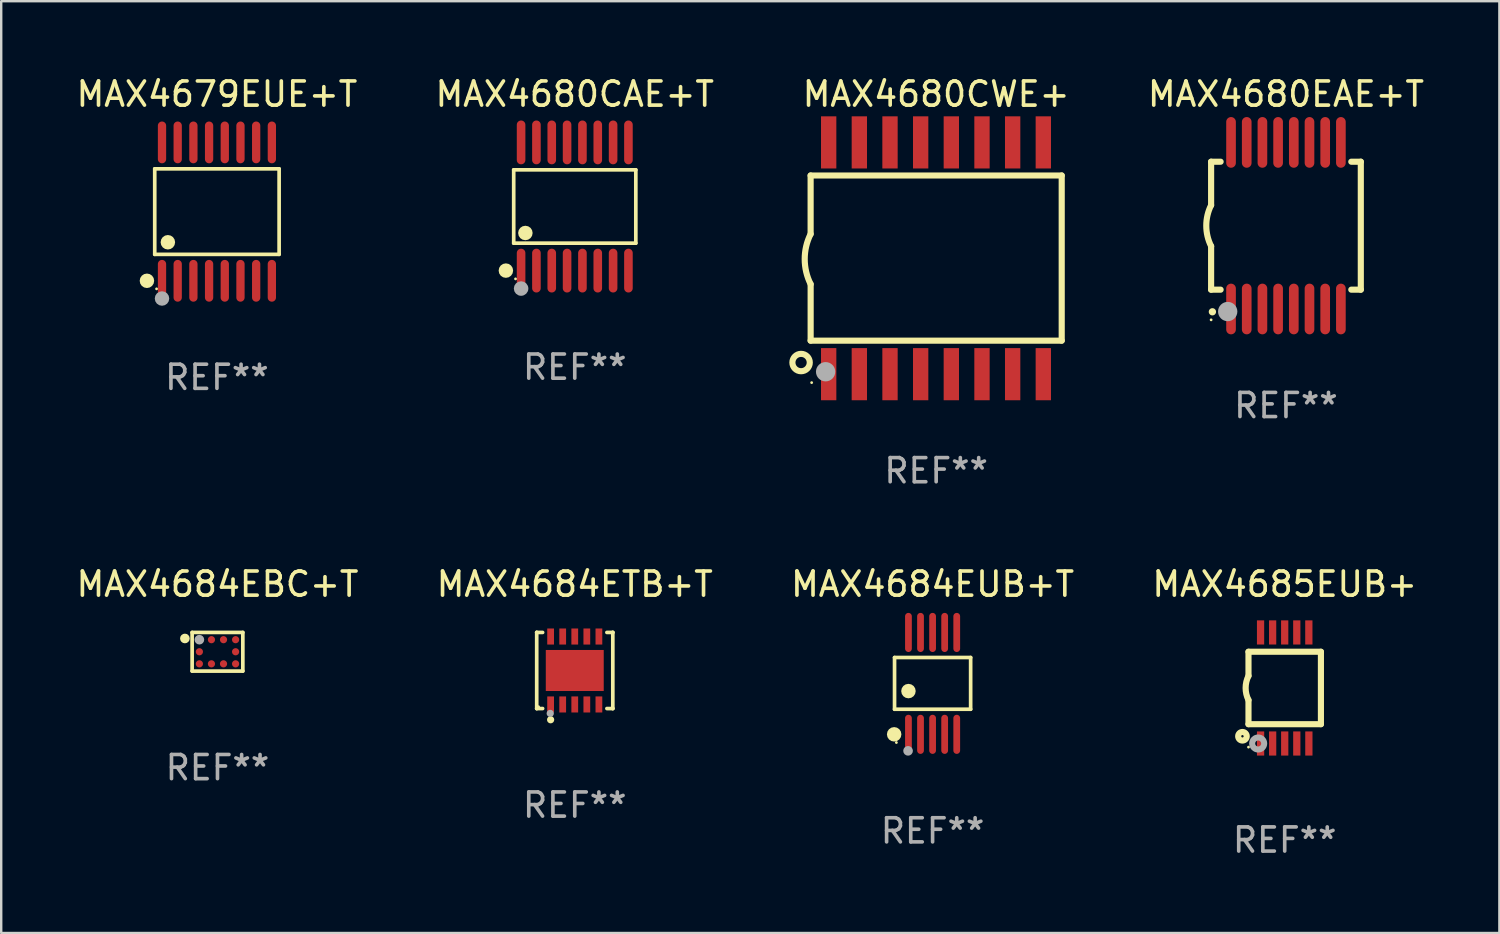
<source format=kicad_pcb>
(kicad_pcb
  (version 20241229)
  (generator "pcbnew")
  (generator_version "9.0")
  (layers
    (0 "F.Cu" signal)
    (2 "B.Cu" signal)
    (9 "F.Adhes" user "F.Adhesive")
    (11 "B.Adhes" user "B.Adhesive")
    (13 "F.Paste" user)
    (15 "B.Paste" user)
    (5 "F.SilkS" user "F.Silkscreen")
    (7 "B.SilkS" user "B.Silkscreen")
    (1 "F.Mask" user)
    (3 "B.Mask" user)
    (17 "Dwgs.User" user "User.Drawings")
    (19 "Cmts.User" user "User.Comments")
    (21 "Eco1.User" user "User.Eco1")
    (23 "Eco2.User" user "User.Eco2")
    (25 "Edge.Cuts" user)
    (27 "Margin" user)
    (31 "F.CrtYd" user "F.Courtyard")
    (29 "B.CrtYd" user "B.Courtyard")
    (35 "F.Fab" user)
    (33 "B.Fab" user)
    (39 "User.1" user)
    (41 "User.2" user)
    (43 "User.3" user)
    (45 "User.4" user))
  (footprint "MAX4679EUE+T"
    (layer "F.Cu")
    (at 5.935 5.714)
    (property "Reference" "MAX4679EUE+T" (at 0 -4.866 0) (layer "F.SilkS") (effects (font (size 1 1) (thickness 0.15))))
    (attr through_hole)
    (fp_line (start -2.576 -1.772) (end 2.576 -1.772) (stroke (width 0.152) (type solid)) (layer "F.SilkS"))
    (fp_line (start -2.576 1.771) (end -2.576 -1.772) (stroke (width 0.152) (type solid)) (layer "F.SilkS"))
    (fp_line (start 2.576 -1.772) (end 2.576 1.771) (stroke (width 0.152) (type solid)) (layer "F.SilkS"))
    (fp_line (start 2.576 1.771) (end -2.576 1.771) (stroke (width 0.152) (type solid)) (layer "F.SilkS"))
    (fp_circle (center -2.899 2.866) (end -2.749 2.866) (stroke (width 0.3) (type solid)) (fill no) (layer "F.SilkS"))
    (fp_circle (center -2.5 3.2) (end -2.47 3.2) (stroke (width 0.06) (type solid)) (fill no) (layer "F.SilkS"))
    (fp_circle (center -2.032 1.27) (end -1.882 1.27) (stroke (width 0.3) (type solid)) (fill no) (layer "F.SilkS"))
    (fp_circle (center -2.275 3.6) (end -2.125 3.6) (stroke (width 0.3) (type solid)) (fill no) (layer "F.Fab"))
    (fp_text user "REF**" (at 0 6.866 0) (layer "F.Fab") (effects (font (size 1 1) (thickness 0.15))))
    (pad "1" smd oval (at -2.275 2.866) (size 0.343 1.731) (layers "F.Cu" "F.Mask" "F.Paste"))
    (pad "2" smd oval (at -1.625 2.866) (size 0.343 1.731) (layers "F.Cu" "F.Mask" "F.Paste"))
    (pad "3" smd oval (at -0.975 2.866) (size 0.343 1.731) (layers "F.Cu" "F.Mask" "F.Paste"))
    (pad "4" smd oval (at -0.325 2.866) (size 0.343 1.731) (layers "F.Cu" "F.Mask" "F.Paste"))
    (pad "5" smd oval (at 0.325 2.866) (size 0.343 1.731) (layers "F.Cu" "F.Mask" "F.Paste"))
    (pad "6" smd oval (at 0.975 2.866) (size 0.343 1.731) (layers "F.Cu" "F.Mask" "F.Paste"))
    (pad "7" smd oval (at 1.625 2.866) (size 0.343 1.731) (layers "F.Cu" "F.Mask" "F.Paste"))
    (pad "8" smd oval (at 2.275 2.866) (size 0.343 1.731) (layers "F.Cu" "F.Mask" "F.Paste"))
    (pad "9" smd oval (at 2.275 -2.866) (size 0.343 1.731) (layers "F.Cu" "F.Mask" "F.Paste"))
    (pad "10" smd oval (at 1.625 -2.866) (size 0.343 1.731) (layers "F.Cu" "F.Mask" "F.Paste"))
    (pad "11" smd oval (at 0.975 -2.866) (size 0.343 1.731) (layers "F.Cu" "F.Mask" "F.Paste"))
    (pad "12" smd oval (at 0.325 -2.866) (size 0.343 1.731) (layers "F.Cu" "F.Mask" "F.Paste"))
    (pad "13" smd oval (at -0.325 -2.866) (size 0.343 1.731) (layers "F.Cu" "F.Mask" "F.Paste"))
    (pad "14" smd oval (at -0.975 -2.866) (size 0.343 1.731) (layers "F.Cu" "F.Mask" "F.Paste"))
    (pad "15" smd oval (at -1.625 -2.866) (size 0.343 1.731) (layers "F.Cu" "F.Mask" "F.Paste"))
    (pad "16" smd oval (at -2.275 -2.866) (size 0.343 1.731) (layers "F.Cu" "F.Mask" "F.Paste")))
  (footprint "MAX4680EAE+T"
    (layer "F.Cu")
    (at 50.213 6.298)
    (property "Reference" "MAX4680EAE+T" (at 0 -5.45 0) (layer "F.SilkS") (effects (font (size 1 1) (thickness 0.15))))
    (attr through_hole)
    (fp_line (start -3.1 -2.65) (end -3.1 -0.85) (stroke (width 0.254) (type solid)) (layer "F.SilkS"))
    (fp_line (start -3.1 -2.65) (end -2.706 -2.65) (stroke (width 0.254) (type solid)) (layer "F.SilkS"))
    (fp_line (start -3.1 2.65) (end -3.1 0.85) (stroke (width 0.254) (type solid)) (layer "F.SilkS"))
    (fp_line (start -3.1 2.65) (end -2.706 2.65) (stroke (width 0.254) (type solid)) (layer "F.SilkS"))
    (fp_line (start 2.706 -2.65) (end 3.1 -2.65) (stroke (width 0.254) (type solid)) (layer "F.SilkS"))
    (fp_line (start 2.706 2.65) (end 3.1 2.65) (stroke (width 0.254) (type solid)) (layer "F.SilkS"))
    (fp_line (start 3.1 -2.65) (end 3.1 2.65) (stroke (width 0.254) (type solid)) (layer "F.SilkS"))
    (fp_arc (start -3.098907 0.850902) (mid -3.300057 0.000523) (end -3.1 -0.850114) (stroke (width 0.254001) (type solid)) (layer "F.SilkS"))
    (fp_arc (start -3.048006 3.566066) (mid -3.046736 3.566061) (end -3.045466 3.566066) (stroke (width 0.3) (type solid)) (layer "F.SilkS"))
    (fp_circle (center -3.1 3.9) (end -3.07 3.9) (stroke (width 0.06) (type solid)) (fill no) (layer "F.SilkS"))
    (fp_circle (center -2.413 3.556) (end -2.213 3.556) (stroke (width 0.4) (type solid)) (fill no) (layer "F.Fab"))
    (fp_text user "REF**" (at 0 7.45 0) (layer "F.Fab") (effects (font (size 1 1) (thickness 0.15))))
    (pad "1" smd oval (at -2.275 3.45 180) (size 0.4 2.1) (layers "F.Cu" "F.Mask" "F.Paste"))
    (pad "2" smd oval (at -1.625 3.45 180) (size 0.4 2.1) (layers "F.Cu" "F.Mask" "F.Paste"))
    (pad "3" smd oval (at -0.975 3.45 180) (size 0.4 2.1) (layers "F.Cu" "F.Mask" "F.Paste"))
    (pad "4" smd oval (at -0.325 3.45 180) (size 0.4 2.1) (layers "F.Cu" "F.Mask" "F.Paste"))
    (pad "5" smd oval (at 0.325 3.45 180) (size 0.4 2.1) (layers "F.Cu" "F.Mask" "F.Paste"))
    (pad "6" smd oval (at 0.975 3.45 180) (size 0.4 2.1) (layers "F.Cu" "F.Mask" "F.Paste"))
    (pad "7" smd oval (at 1.625 3.45 180) (size 0.4 2.1) (layers "F.Cu" "F.Mask" "F.Paste"))
    (pad "8" smd oval (at 2.275 3.45 180) (size 0.4 2.1) (layers "F.Cu" "F.Mask" "F.Paste"))
    (pad "9" smd oval (at 2.275 -3.45 180) (size 0.4 2.1) (layers "F.Cu" "F.Mask" "F.Paste"))
    (pad "10" smd oval (at 1.625 -3.45 180) (size 0.4 2.1) (layers "F.Cu" "F.Mask" "F.Paste"))
    (pad "11" smd oval (at 0.975 -3.45 180) (size 0.4 2.1) (layers "F.Cu" "F.Mask" "F.Paste"))
    (pad "12" smd oval (at 0.325 -3.45 180) (size 0.4 2.1) (layers "F.Cu" "F.Mask" "F.Paste"))
    (pad "13" smd oval (at -0.325 -3.45 180) (size 0.4 2.1) (layers "F.Cu" "F.Mask" "F.Paste"))
    (pad "14" smd oval (at -0.975 -3.45 180) (size 0.4 2.1) (layers "F.Cu" "F.Mask" "F.Paste"))
    (pad "15" smd oval (at -1.625 -3.45 180) (size 0.4 2.1) (layers "F.Cu" "F.Mask" "F.Paste"))
    (pad "16" smd oval (at -2.275 -3.45 180) (size 0.4 2.1) (layers "F.Cu" "F.Mask" "F.Paste")))
  (footprint "MAX4684ETB+T"
    (layer "F.Cu")
    (at 20.756 24.721)
    (property "Reference" "MAX4684ETB+T" (at 0 -3.576 0) (layer "F.SilkS") (effects (font (size 1 1) (thickness 0.15))))
    (attr through_hole)
    (fp_line (start -1.576 -1.576) (end -1.576 -1.576) (stroke (width 0.152) (type solid)) (layer "F.SilkS"))
    (fp_line (start -1.576 -1.576) (end -1.331 -1.576) (stroke (width 0.152) (type solid)) (layer "F.SilkS"))
    (fp_line (start -1.576 1.576) (end -1.576 -1.576) (stroke (width 0.152) (type solid)) (layer "F.SilkS"))
    (fp_line (start -1.576 1.576) (end -1.576 1.576) (stroke (width 0.152) (type solid)) (layer "F.SilkS"))
    (fp_line (start -1.331 1.576) (end -1.576 1.576) (stroke (width 0.152) (type solid)) (layer "F.SilkS"))
    (fp_line (start 1.331 1.576) (end 1.576 1.576) (stroke (width 0.152) (type solid)) (layer "F.SilkS"))
    (fp_line (start 1.576 -1.576) (end 1.331 -1.576) (stroke (width 0.152) (type solid)) (layer "F.SilkS"))
    (fp_line (start 1.576 -1.576) (end 1.576 -1.576) (stroke (width 0.152) (type solid)) (layer "F.SilkS"))
    (fp_line (start 1.576 1.576) (end 1.576 -1.576) (stroke (width 0.152) (type solid)) (layer "F.SilkS"))
    (fp_line (start 1.576 1.576) (end 1.576 1.576) (stroke (width 0.152) (type solid)) (layer "F.SilkS"))
    (fp_circle (center -1.5 1.5) (end -1.47 1.5) (stroke (width 0.06) (type solid)) (fill no) (layer "F.SilkS"))
    (fp_circle (center -1 2.04) (end -0.925 2.04) (stroke (width 0.15) (type solid)) (fill no) (layer "F.SilkS"))
    (fp_circle (center -1.016 1.778) (end -0.941 1.778) (stroke (width 0.15) (type solid)) (fill no) (layer "F.Fab"))
    (fp_text user "REF**" (at 0 5.576 0) (layer "F.Fab") (effects (font (size 1 1) (thickness 0.15))))
    (pad "1" smd rect (at -1 1.407) (size 0.28 0.665) (layers "F.Cu" "F.Mask" "F.Paste"))
    (pad "2" smd rect (at -0.5 1.407) (size 0.28 0.665) (layers "F.Cu" "F.Mask" "F.Paste"))
    (pad "3" smd rect (at 0 1.407) (size 0.28 0.665) (layers "F.Cu" "F.Mask" "F.Paste"))
    (pad "4" smd rect (at 0.5 1.407) (size 0.28 0.665) (layers "F.Cu" "F.Mask" "F.Paste"))
    (pad "5" smd rect (at 1 1.407) (size 0.28 0.665) (layers "F.Cu" "F.Mask" "F.Paste"))
    (pad "6" smd rect (at 1 -1.407) (size 0.28 0.665) (layers "F.Cu" "F.Mask" "F.Paste"))
    (pad "7" smd rect (at 0.5 -1.407) (size 0.28 0.665) (layers "F.Cu" "F.Mask" "F.Paste"))
    (pad "8" smd rect (at 0 -1.407) (size 0.28 0.665) (layers "F.Cu" "F.Mask" "F.Paste"))
    (pad "9" smd rect (at -0.5 -1.407) (size 0.28 0.665) (layers "F.Cu" "F.Mask" "F.Paste"))
    (pad "10" smd rect (at -1 -1.407) (size 0.28 0.665) (layers "F.Cu" "F.Mask" "F.Paste"))
    (pad "11" smd rect (at 0 0) (size 2.4 1.7) (layers "F.Cu" "F.Mask" "F.Paste")))
  (footprint "MAX4684EUB+T"
    (layer "F.Cu")
    (at 35.577 25.255)
    (property "Reference" "MAX4684EUB+T" (at 0 -4.11 0) (layer "F.SilkS") (effects (font (size 1 1) (thickness 0.15))))
    (attr through_hole)
    (fp_line (start -1.576 -1.071) (end 1.576 -1.071) (stroke (width 0.152) (type solid)) (layer "F.SilkS"))
    (fp_line (start -1.576 1.071) (end -1.576 -1.071) (stroke (width 0.152) (type solid)) (layer "F.SilkS"))
    (fp_line (start 1.576 -1.071) (end 1.576 1.071) (stroke (width 0.152) (type solid)) (layer "F.SilkS"))
    (fp_line (start 1.576 1.071) (end -1.576 1.071) (stroke (width 0.152) (type solid)) (layer "F.SilkS"))
    (fp_circle (center -1.592 2.11) (end -1.442 2.11) (stroke (width 0.3) (type solid)) (fill no) (layer "F.SilkS"))
    (fp_circle (center -1.5 2.45) (end -1.47 2.45) (stroke (width 0.06) (type solid)) (fill no) (layer "F.SilkS"))
    (fp_circle (center -1 0.319) (end -0.85 0.319) (stroke (width 0.3) (type solid)) (fill no) (layer "F.SilkS"))
    (fp_circle (center -1.016 2.794) (end -0.916 2.794) (stroke (width 0.2) (type solid)) (fill no) (layer "F.Fab"))
    (fp_text user "REF**" (at 0 6.11 0) (layer "F.Fab") (effects (font (size 1 1) (thickness 0.15))))
    (pad "1" smd oval (at -1 2.11) (size 0.28 1.62) (layers "F.Cu" "F.Mask" "F.Paste"))
    (pad "2" smd oval (at -0.5 2.11) (size 0.28 1.62) (layers "F.Cu" "F.Mask" "F.Paste"))
    (pad "3" smd oval (at 0 2.11) (size 0.28 1.62) (layers "F.Cu" "F.Mask" "F.Paste"))
    (pad "4" smd oval (at 0.5 2.11) (size 0.28 1.62) (layers "F.Cu" "F.Mask" "F.Paste"))
    (pad "5" smd oval (at 1 2.11) (size 0.28 1.62) (layers "F.Cu" "F.Mask" "F.Paste"))
    (pad "6" smd oval (at 1 -2.11) (size 0.28 1.62) (layers "F.Cu" "F.Mask" "F.Paste"))
    (pad "7" smd oval (at 0.5 -2.11) (size 0.28 1.62) (layers "F.Cu" "F.Mask" "F.Paste"))
    (pad "8" smd oval (at 0 -2.11) (size 0.28 1.62) (layers "F.Cu" "F.Mask" "F.Paste"))
    (pad "9" smd oval (at -0.5 -2.11) (size 0.28 1.62) (layers "F.Cu" "F.Mask" "F.Paste"))
    (pad "10" smd oval (at -1 -2.11) (size 0.28 1.62) (layers "F.Cu" "F.Mask" "F.Paste")))
  (footprint "MAX4685EUB+"
    (layer "F.Cu")
    (at 50.161 25.445)
    (property "Reference" "MAX4685EUB+" (at 0 -4.3 0) (layer "F.SilkS") (effects (font (size 1 1) (thickness 0.15))))
    (attr through_hole)
    (fp_line (start -1.5 -1.5) (end -1.5 -0.5) (stroke (width 0.254) (type solid)) (layer "F.SilkS"))
    (fp_line (start -1.5 1.5) (end -1.5 0.5) (stroke (width 0.254) (type solid)) (layer "F.SilkS"))
    (fp_line (start -1.5 1.5) (end 1.5 1.5) (stroke (width 0.254) (type solid)) (layer "F.SilkS"))
    (fp_line (start 1.5 1.5) (end 1.5 -1.5) (stroke (width 0.254) (type solid)) (layer "F.SilkS"))
    (fp_line (start 1.5 -1.5) (end -1.5 -1.5) (stroke (width 0.254) (type solid)) (layer "F.SilkS"))
    (fp_arc (start -1.500165 0.5) (mid -1.618199 0) (end -1.500165 -0.5) (stroke (width 0.254001) (type solid)) (layer "F.SilkS"))
    (fp_circle (center -1.75 2) (end -1.573 2) (stroke (width 0.254) (type solid)) (fill no) (layer "F.SilkS"))
    (fp_circle (center -1.499 2.45) (end -1.469 2.45) (stroke (width 0.06) (type solid)) (fill no) (layer "F.SilkS"))
    (fp_circle (center -1.099 2.3) (end -0.975 2.3) (stroke (width 0.25) (type solid)) (fill no) (layer "F.Fab"))
    (fp_text user "REF**" (at 0 6.3 0) (layer "F.Fab") (effects (font (size 1 1) (thickness 0.15))))
    (pad "1" smd rect (at -0.999 2.3 180) (size 0.3 1) (layers "F.Cu" "F.Mask" "F.Paste"))
    (pad "2" smd rect (at -0.499 2.3 180) (size 0.3 1) (layers "F.Cu" "F.Mask" "F.Paste"))
    (pad "3" smd rect (at 0.001 2.3 180) (size 0.3 1) (layers "F.Cu" "F.Mask" "F.Paste"))
    (pad "4" smd rect (at 0.501 2.3 180) (size 0.3 1) (layers "F.Cu" "F.Mask" "F.Paste"))
    (pad "5" smd rect (at 1.001 2.3 180) (size 0.3 1) (layers "F.Cu" "F.Mask" "F.Paste"))
    (pad "6" smd rect (at 1 -2.3 180) (size 0.3 1) (layers "F.Cu" "F.Mask" "F.Paste"))
    (pad "7" smd rect (at 0.5 -2.3 180) (size 0.3 1) (layers "F.Cu" "F.Mask" "F.Paste"))
    (pad "8" smd rect (at -0.000165 -2.3 180) (size 0.3 1) (layers "F.Cu" "F.Mask" "F.Paste"))
    (pad "9" smd rect (at -0.5 -2.3 180) (size 0.3 1) (layers "F.Cu" "F.Mask" "F.Paste"))
    (pad "10" smd rect (at -1 -2.3 180) (size 0.3 1) (layers "F.Cu" "F.Mask" "F.Paste")))
  (footprint "MAX4680CWE+"
    (layer "F.Cu")
    (at 35.725 7.648)
    (property "Reference" "MAX4680CWE+" (at 0 -6.8 0) (layer "F.SilkS") (effects (font (size 1 1) (thickness 0.15))))
    (attr through_hole)
    (fp_line (start -5.2 -3.429) (end -5.2 -1.005) (stroke (width 0.254) (type solid)) (layer "F.SilkS"))
    (fp_line (start -5.2 -3.429) (end 5.2 -3.429) (stroke (width 0.254) (type solid)) (layer "F.SilkS"))
    (fp_line (start -5.2 3.411) (end 5.2 3.411) (stroke (width 0.254) (type solid)) (layer "F.SilkS"))
    (fp_line (start -5.199 1.071) (end -5.199 3.411) (stroke (width 0.254) (type solid)) (layer "F.SilkS"))
    (fp_line (start 5.2 -3.429) (end 5.2 3.411) (stroke (width 0.254) (type solid)) (layer "F.SilkS"))
    (fp_arc (start -5.199391 1.07079) (mid -5.444637 0.032863) (end -5.2 -1.005207) (stroke (width 0.254001) (type solid)) (layer "F.SilkS"))
    (fp_circle (center -5.595 4.318) (end -5.235 4.318) (stroke (width 0.254) (type solid)) (fill no) (layer "F.SilkS"))
    (fp_circle (center -5.157 5.15) (end -5.127 5.15) (stroke (width 0.06) (type solid)) (fill no) (layer "F.SilkS"))
    (fp_circle (center -4.579 4.699) (end -4.379 4.699) (stroke (width 0.4) (type solid)) (fill no) (layer "F.Fab"))
    (fp_text user "REF**" (at 0 8.8 0) (layer "F.Fab") (effects (font (size 1 1) (thickness 0.15))))
    (pad "1" smd rect (at -4.452 4.8) (size 0.635 2.16) (layers "F.Cu" "F.Mask" "F.Paste"))
    (pad "2" smd rect (at -3.182 4.8) (size 0.635 2.16) (layers "F.Cu" "F.Mask" "F.Paste"))
    (pad "3" smd rect (at -1.912 4.8) (size 0.635 2.16) (layers "F.Cu" "F.Mask" "F.Paste"))
    (pad "4" smd rect (at -0.642 4.8) (size 0.635 2.16) (layers "F.Cu" "F.Mask" "F.Paste"))
    (pad "5" smd rect (at 0.628 4.8) (size 0.635 2.16) (layers "F.Cu" "F.Mask" "F.Paste"))
    (pad "6" smd rect (at 1.898 4.8) (size 0.635 2.16) (layers "F.Cu" "F.Mask" "F.Paste"))
    (pad "7" smd rect (at 3.168 4.8) (size 0.635 2.16) (layers "F.Cu" "F.Mask" "F.Paste"))
    (pad "8" smd rect (at 4.438 4.8) (size 0.635 2.16) (layers "F.Cu" "F.Mask" "F.Paste"))
    (pad "9" smd rect (at 4.438 -4.8) (size 0.635 2.16) (layers "F.Cu" "F.Mask" "F.Paste"))
    (pad "10" smd rect (at 3.168 -4.8) (size 0.635 2.16) (layers "F.Cu" "F.Mask" "F.Paste"))
    (pad "11" smd rect (at 1.898 -4.8) (size 0.635 2.16) (layers "F.Cu" "F.Mask" "F.Paste"))
    (pad "12" smd rect (at 0.628 -4.8) (size 0.635 2.16) (layers "F.Cu" "F.Mask" "F.Paste"))
    (pad "13" smd rect (at -0.642 -4.8) (size 0.635 2.16) (layers "F.Cu" "F.Mask" "F.Paste"))
    (pad "14" smd rect (at -1.912 -4.8) (size 0.635 2.16) (layers "F.Cu" "F.Mask" "F.Paste"))
    (pad "15" smd rect (at -3.182 -4.8) (size 0.635 2.16) (layers "F.Cu" "F.Mask" "F.Paste"))
    (pad "16" smd rect (at -4.452 -4.8) (size 0.635 2.16) (layers "F.Cu" "F.Mask" "F.Paste")))
  (footprint "MAX4680CAE+T"
    (layer "F.Cu")
    (at 20.756 5.503)
    (property "Reference" "MAX4680CAE+T" (at 0 -4.655 0) (layer "F.SilkS") (effects (font (size 1 1) (thickness 0.15))))
    (attr through_hole)
    (fp_line (start -2.529 -1.519) (end 2.529 -1.519) (stroke (width 0.152) (type solid)) (layer "F.SilkS"))
    (fp_line (start -2.529 1.519) (end -2.529 -1.519) (stroke (width 0.152) (type solid)) (layer "F.SilkS"))
    (fp_line (start 2.529 -1.519) (end 2.529 1.519) (stroke (width 0.152) (type solid)) (layer "F.SilkS"))
    (fp_line (start 2.529 1.519) (end -2.529 1.519) (stroke (width 0.152) (type solid)) (layer "F.SilkS"))
    (fp_circle (center -2.853 2.655) (end -2.703 2.655) (stroke (width 0.3) (type solid)) (fill no) (layer "F.SilkS"))
    (fp_circle (center -2.453 2.998) (end -2.423 2.998) (stroke (width 0.06) (type solid)) (fill no) (layer "F.SilkS"))
    (fp_circle (center -2.045 1.097) (end -1.895 1.097) (stroke (width 0.3) (type solid)) (fill no) (layer "F.SilkS"))
    (fp_circle (center -2.223 3.398) (end -2.072 3.398) (stroke (width 0.3) (type solid)) (fill no) (layer "F.Fab"))
    (fp_text user "REF**" (at 0 6.655 0) (layer "F.Fab") (effects (font (size 1 1) (thickness 0.15))))
    (pad "1" smd oval (at -2.223 2.655) (size 0.356 1.815) (layers "F.Cu" "F.Mask" "F.Paste"))
    (pad "2" smd oval (at -1.588 2.655) (size 0.356 1.815) (layers "F.Cu" "F.Mask" "F.Paste"))
    (pad "3" smd oval (at -0.953 2.655) (size 0.356 1.815) (layers "F.Cu" "F.Mask" "F.Paste"))
    (pad "4" smd oval (at -0.318 2.655) (size 0.356 1.815) (layers "F.Cu" "F.Mask" "F.Paste"))
    (pad "5" smd oval (at 0.318 2.655) (size 0.356 1.815) (layers "F.Cu" "F.Mask" "F.Paste"))
    (pad "6" smd oval (at 0.953 2.655) (size 0.356 1.815) (layers "F.Cu" "F.Mask" "F.Paste"))
    (pad "7" smd oval (at 1.588 2.655) (size 0.356 1.815) (layers "F.Cu" "F.Mask" "F.Paste"))
    (pad "8" smd oval (at 2.223 2.655) (size 0.356 1.815) (layers "F.Cu" "F.Mask" "F.Paste"))
    (pad "9" smd oval (at 2.223 -2.655) (size 0.356 1.815) (layers "F.Cu" "F.Mask" "F.Paste"))
    (pad "10" smd oval (at 1.588 -2.655) (size 0.356 1.815) (layers "F.Cu" "F.Mask" "F.Paste"))
    (pad "11" smd oval (at 0.953 -2.655) (size 0.356 1.815) (layers "F.Cu" "F.Mask" "F.Paste"))
    (pad "12" smd oval (at 0.318 -2.655) (size 0.356 1.815) (layers "F.Cu" "F.Mask" "F.Paste"))
    (pad "13" smd oval (at -0.318 -2.655) (size 0.356 1.815) (layers "F.Cu" "F.Mask" "F.Paste"))
    (pad "14" smd oval (at -0.953 -2.655) (size 0.356 1.815) (layers "F.Cu" "F.Mask" "F.Paste"))
    (pad "15" smd oval (at -1.588 -2.655) (size 0.356 1.815) (layers "F.Cu" "F.Mask" "F.Paste"))
    (pad "16" smd oval (at -2.223 -2.655) (size 0.356 1.815) (layers "F.Cu" "F.Mask" "F.Paste")))
  (footprint "MAX4684EBC+T"
    (layer "F.Cu")
    (at 5.958 23.945)
    (property "Reference" "MAX4684EBC+T" (at 0 -2.8 0) (layer "F.SilkS") (effects (font (size 1 1) (thickness 0.15))))
    (attr through_hole)
    (fp_line (start -1.05 -0.8) (end 1.05 -0.8) (stroke (width 0.152) (type solid)) (layer "F.SilkS"))
    (fp_line (start -1.05 0.8) (end -1.05 -0.8) (stroke (width 0.152) (type solid)) (layer "F.SilkS"))
    (fp_line (start 1.05 -0.8) (end 1.05 0.8) (stroke (width 0.152) (type solid)) (layer "F.SilkS"))
    (fp_line (start 1.05 0.8) (end -1.05 0.8) (stroke (width 0.152) (type solid)) (layer "F.SilkS"))
    (fp_circle (center -1.35 -0.55) (end -1.25 -0.55) (stroke (width 0.2) (type solid)) (fill no) (layer "F.SilkS"))
    (fp_circle (center -1.025 -0.775) (end -0.995 -0.775) (stroke (width 0.06) (type solid)) (fill no) (layer "F.SilkS"))
    (fp_circle (center -0.75 -0.5) (end -0.65 -0.5) (stroke (width 0.2) (type solid)) (fill no) (layer "F.Fab"))
    (fp_text user "REF**" (at 0 4.8 0) (layer "F.Fab") (effects (font (size 1 1) (thickness 0.15))))
    (pad "A1" smd circle (at -0.75 -0.5) (size 0.3 0.3) (layers "F.Cu" "F.Mask" "F.Paste"))
    (pad "A2" smd circle (at -0.25 -0.5) (size 0.3 0.3) (layers "F.Cu" "F.Mask" "F.Paste"))
    (pad "A3" smd circle (at 0.25 -0.5) (size 0.3 0.3) (layers "F.Cu" "F.Mask" "F.Paste"))
    (pad "A4" smd circle (at 0.75 -0.5) (size 0.3 0.3) (layers "F.Cu" "F.Mask" "F.Paste"))
    (pad "B1" smd circle (at -0.75 -0.000127) (size 0.3 0.3) (layers "F.Cu" "F.Mask" "F.Paste"))
    (pad "B4" smd circle (at 0.75 -0.000127) (size 0.3 0.3) (layers "F.Cu" "F.Mask" "F.Paste"))
    (pad "C1" smd circle (at -0.75 0.5) (size 0.3 0.3) (layers "F.Cu" "F.Mask" "F.Paste"))
    (pad "C2" smd circle (at -0.25 0.5) (size 0.3 0.3) (layers "F.Cu" "F.Mask" "F.Paste"))
    (pad "C3" smd circle (at 0.25 0.5) (size 0.3 0.3) (layers "F.Cu" "F.Mask" "F.Paste"))
    (pad "C4" smd circle (at 0.75 0.5) (size 0.3 0.3) (layers "F.Cu" "F.Mask" "F.Paste")))
  (gr_rect
    (start -3 -3)
    (end 59.053 35.593)
    (stroke (width 0.1) (type default))
    (fill no)
    (layer "Edge.Cuts")))
</source>
